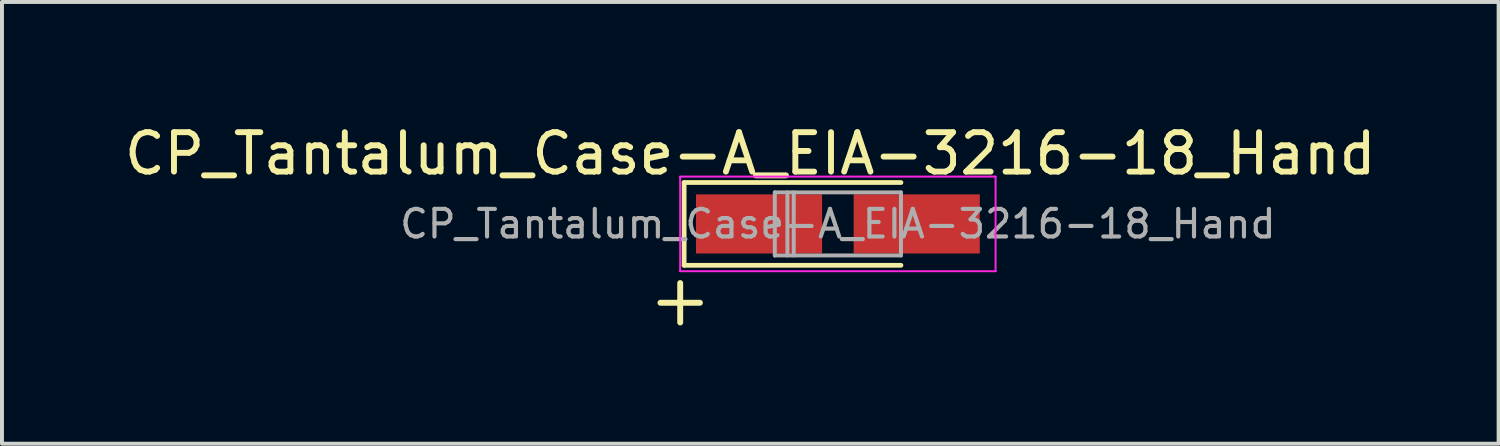
<source format=kicad_pcb>
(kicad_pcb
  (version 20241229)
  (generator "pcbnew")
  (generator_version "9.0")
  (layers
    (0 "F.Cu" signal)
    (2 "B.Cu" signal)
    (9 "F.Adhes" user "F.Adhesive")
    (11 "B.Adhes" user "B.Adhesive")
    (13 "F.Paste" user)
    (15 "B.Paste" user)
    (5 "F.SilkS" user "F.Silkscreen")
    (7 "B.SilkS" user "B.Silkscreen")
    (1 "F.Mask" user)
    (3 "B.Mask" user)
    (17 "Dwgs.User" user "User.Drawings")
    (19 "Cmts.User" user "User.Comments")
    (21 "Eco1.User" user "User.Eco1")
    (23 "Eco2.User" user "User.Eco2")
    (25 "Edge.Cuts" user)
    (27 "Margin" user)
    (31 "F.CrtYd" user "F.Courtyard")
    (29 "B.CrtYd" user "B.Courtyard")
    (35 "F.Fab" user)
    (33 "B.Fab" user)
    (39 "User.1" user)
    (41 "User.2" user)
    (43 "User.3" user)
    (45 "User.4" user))
  (footprint "CP_Tantalum_Case-A_EIA-3216-18_Hand"
    (layer "F.Cu")
    (at 18.204 2.63)
    (property "Reference" "CP_Tantalum_Case-A_EIA-3216-18_Hand" (at -2.222 -1.782 0) (layer "F.SilkS") (effects (font (size 1 1) (thickness 0.15))))
    (attr smd)
    (fp_line (start -4.5 2) (end -3.5 2) (stroke (width 0.15) (type solid)) (layer "F.SilkS"))
    (fp_line (start -4 1.5) (end -4 2.5) (stroke (width 0.15) (type solid)) (layer "F.SilkS"))
    (fp_line (start -3.9 -1.05) (end -3.9 1.05) (stroke (width 0.12) (type solid)) (layer "F.SilkS"))
    (fp_line (start -3.9 -1.05) (end 1.6 -1.05) (stroke (width 0.12) (type solid)) (layer "F.SilkS"))
    (fp_line (start -3.9 1.05) (end 1.6 1.05) (stroke (width 0.12) (type solid)) (layer "F.SilkS"))
    (fp_line (start -4 -1.2) (end -4 1.2) (stroke (width 0.05) (type solid)) (layer "F.CrtYd"))
    (fp_line (start -4 1.2) (end 4 1.2) (stroke (width 0.05) (type solid)) (layer "F.CrtYd"))
    (fp_line (start 4 -1.2) (end -4 -1.2) (stroke (width 0.05) (type solid)) (layer "F.CrtYd"))
    (fp_line (start 4 1.2) (end 4 -1.2) (stroke (width 0.05) (type solid)) (layer "F.CrtYd"))
    (fp_line (start -1.6 -0.8) (end -1.6 0.8) (stroke (width 0.1) (type solid)) (layer "F.Fab"))
    (fp_line (start -1.6 0.8) (end 1.6 0.8) (stroke (width 0.1) (type solid)) (layer "F.Fab"))
    (fp_line (start -1.28 -0.8) (end -1.28 0.8) (stroke (width 0.1) (type solid)) (layer "F.Fab"))
    (fp_line (start -1.12 -0.8) (end -1.12 0.8) (stroke (width 0.1) (type solid)) (layer "F.Fab"))
    (fp_line (start 1.6 -0.8) (end -1.6 -0.8) (stroke (width 0.1) (type solid)) (layer "F.Fab"))
    (fp_line (start 1.6 0.8) (end 1.6 -0.8) (stroke (width 0.1) (type solid)) (layer "F.Fab"))
    (fp_text user "${REFERENCE}" (at 0 0 0) (layer "F.Fab") (effects (font (size 0.7 0.7) (thickness 0.105))))
    (pad "1" smd rect (at -2 0) (size 3.2 1.5) (layers "F.Cu" "F.Mask" "F.Paste"))
    (pad "2" smd rect (at 2 0) (size 3.2 1.5) (layers "F.Cu" "F.Mask" "F.Paste")))
  (gr_rect
    (start -3 -3)
    (end 34.964 8.205)
    (stroke (width 0.1) (type default))
    (fill no)
    (layer "Edge.Cuts")))
</source>
